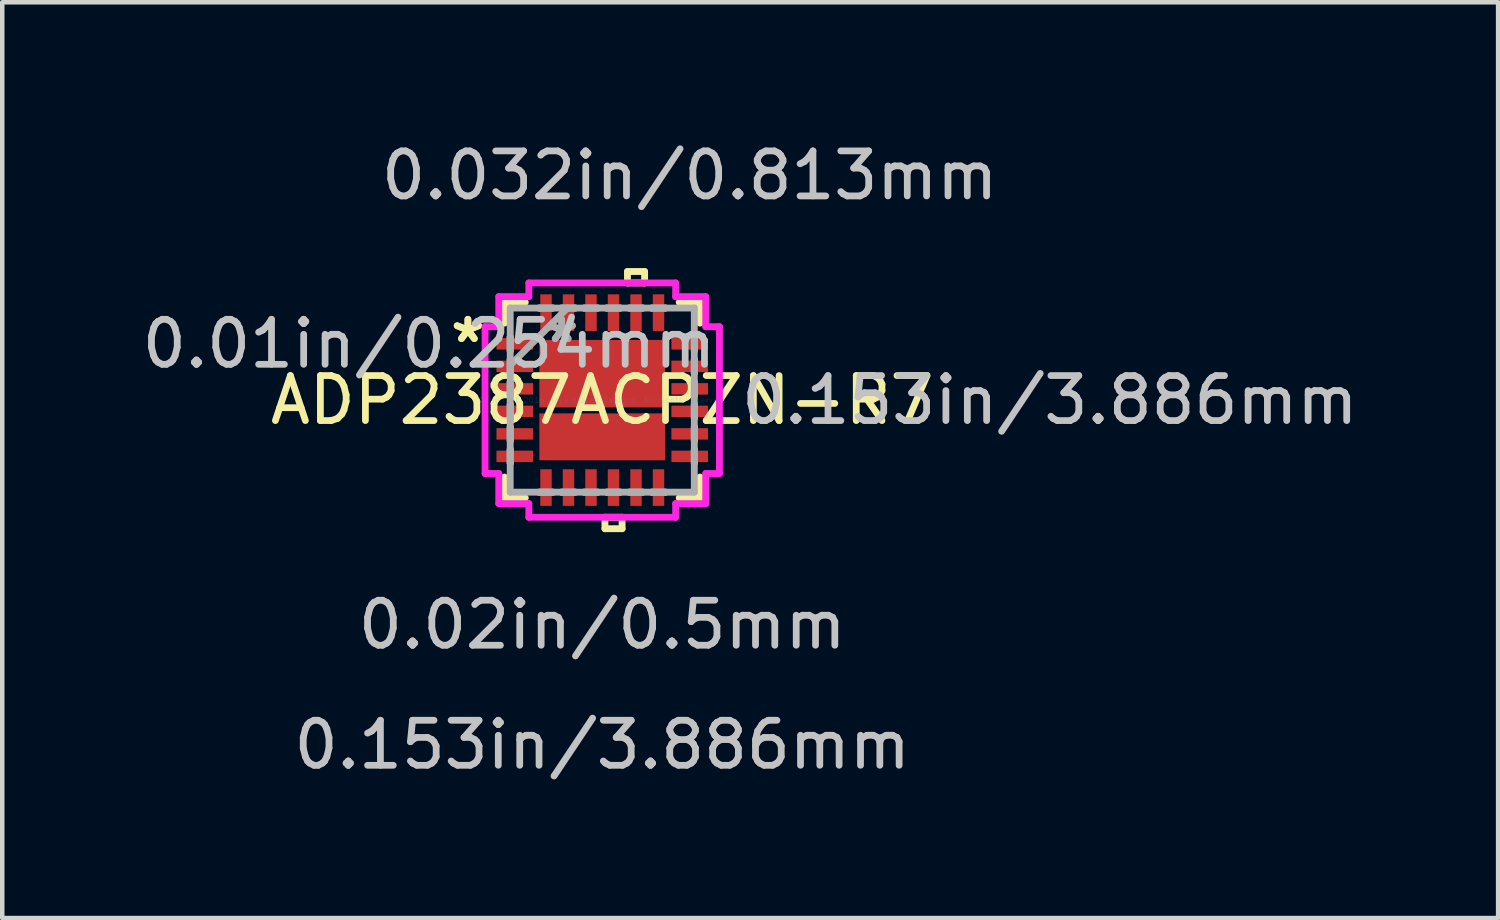
<source format=kicad_pcb>
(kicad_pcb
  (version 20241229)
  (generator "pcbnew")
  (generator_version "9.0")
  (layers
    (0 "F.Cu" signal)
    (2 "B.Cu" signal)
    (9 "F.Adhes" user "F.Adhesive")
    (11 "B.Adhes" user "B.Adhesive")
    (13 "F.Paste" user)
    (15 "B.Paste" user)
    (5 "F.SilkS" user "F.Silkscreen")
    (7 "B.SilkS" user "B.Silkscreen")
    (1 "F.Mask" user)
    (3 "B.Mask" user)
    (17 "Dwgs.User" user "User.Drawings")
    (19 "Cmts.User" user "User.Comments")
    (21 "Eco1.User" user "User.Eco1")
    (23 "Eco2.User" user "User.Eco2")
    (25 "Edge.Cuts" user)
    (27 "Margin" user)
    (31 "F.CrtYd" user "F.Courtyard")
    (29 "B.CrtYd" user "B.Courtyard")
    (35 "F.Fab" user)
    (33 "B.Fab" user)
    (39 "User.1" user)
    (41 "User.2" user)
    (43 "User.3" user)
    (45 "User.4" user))
  (footprint "ADP2387ACPZN-R7"
    (layer "F.Cu")
    (at 10.33 5.839)
    (property "Reference" "ADP2387ACPZN-R7" (at 0 0 0) (layer "F.SilkS") (effects (font (size 1 1) (thickness 0.15))))
    (attr through_hole)
    (fp_line (start -2.172 -2.172) (end -2.172 -1.71) (stroke (width 0.152) (type solid)) (layer "F.SilkS"))
    (fp_line (start -2.172 1.71) (end -2.172 2.172) (stroke (width 0.152) (type solid)) (layer "F.SilkS"))
    (fp_line (start -2.172 2.172) (end -1.71 2.172) (stroke (width 0.152) (type solid)) (layer "F.SilkS"))
    (fp_line (start -1.71 -2.172) (end -2.172 -2.172) (stroke (width 0.152) (type solid)) (layer "F.SilkS"))
    (fp_line (start 0.06 2.603) (end 0.06 2.857) (stroke (width 0.152) (type solid)) (layer "F.SilkS"))
    (fp_line (start 0.06 2.857) (end 0.441 2.857) (stroke (width 0.152) (type solid)) (layer "F.SilkS"))
    (fp_line (start 0.441 2.603) (end 0.06 2.603) (stroke (width 0.152) (type solid)) (layer "F.SilkS"))
    (fp_line (start 0.441 2.857) (end 0.441 2.603) (stroke (width 0.152) (type solid)) (layer "F.SilkS"))
    (fp_line (start 0.56 -2.857) (end 0.941 -2.857) (stroke (width 0.152) (type solid)) (layer "F.SilkS"))
    (fp_line (start 0.56 -2.603) (end 0.56 -2.857) (stroke (width 0.152) (type solid)) (layer "F.SilkS"))
    (fp_line (start 0.941 -2.857) (end 0.941 -2.603) (stroke (width 0.152) (type solid)) (layer "F.SilkS"))
    (fp_line (start 0.941 -2.603) (end 0.56 -2.603) (stroke (width 0.152) (type solid)) (layer "F.SilkS"))
    (fp_line (start 1.71 2.172) (end 2.172 2.172) (stroke (width 0.152) (type solid)) (layer "F.SilkS"))
    (fp_line (start 2.172 -2.172) (end 1.71 -2.172) (stroke (width 0.152) (type solid)) (layer "F.SilkS"))
    (fp_line (start 2.172 -1.71) (end 2.172 -2.172) (stroke (width 0.152) (type solid)) (layer "F.SilkS"))
    (fp_line (start 2.172 2.172) (end 2.172 1.71) (stroke (width 0.152) (type solid)) (layer "F.SilkS"))
    (fp_line (start -2.603 -1.631) (end -2.299 -1.631) (stroke (width 0.152) (type solid)) (layer "F.CrtYd"))
    (fp_line (start -2.603 1.631) (end -2.603 -1.631) (stroke (width 0.152) (type solid)) (layer "F.CrtYd"))
    (fp_line (start -2.299 -2.299) (end -1.631 -2.299) (stroke (width 0.152) (type solid)) (layer "F.CrtYd"))
    (fp_line (start -2.299 -1.631) (end -2.299 -2.299) (stroke (width 0.152) (type solid)) (layer "F.CrtYd"))
    (fp_line (start -2.299 1.631) (end -2.603 1.631) (stroke (width 0.152) (type solid)) (layer "F.CrtYd"))
    (fp_line (start -2.299 2.299) (end -2.299 1.631) (stroke (width 0.152) (type solid)) (layer "F.CrtYd"))
    (fp_line (start -1.631 -2.603) (end 1.631 -2.603) (stroke (width 0.152) (type solid)) (layer "F.CrtYd"))
    (fp_line (start -1.631 -2.299) (end -1.631 -2.603) (stroke (width 0.152) (type solid)) (layer "F.CrtYd"))
    (fp_line (start -1.631 2.299) (end -2.299 2.299) (stroke (width 0.152) (type solid)) (layer "F.CrtYd"))
    (fp_line (start -1.631 2.603) (end -1.631 2.299) (stroke (width 0.152) (type solid)) (layer "F.CrtYd"))
    (fp_line (start 1.631 -2.603) (end 1.631 -2.299) (stroke (width 0.152) (type solid)) (layer "F.CrtYd"))
    (fp_line (start 1.631 -2.299) (end 2.299 -2.299) (stroke (width 0.152) (type solid)) (layer "F.CrtYd"))
    (fp_line (start 1.631 2.299) (end 1.631 2.603) (stroke (width 0.152) (type solid)) (layer "F.CrtYd"))
    (fp_line (start 1.631 2.603) (end -1.631 2.603) (stroke (width 0.152) (type solid)) (layer "F.CrtYd"))
    (fp_line (start 2.299 -2.299) (end 2.299 -1.631) (stroke (width 0.152) (type solid)) (layer "F.CrtYd"))
    (fp_line (start 2.299 -1.631) (end 2.603 -1.631) (stroke (width 0.152) (type solid)) (layer "F.CrtYd"))
    (fp_line (start 2.299 1.631) (end 2.299 2.299) (stroke (width 0.152) (type solid)) (layer "F.CrtYd"))
    (fp_line (start 2.299 2.299) (end 1.631 2.299) (stroke (width 0.152) (type solid)) (layer "F.CrtYd"))
    (fp_line (start 2.603 -1.631) (end 2.603 1.631) (stroke (width 0.152) (type solid)) (layer "F.CrtYd"))
    (fp_line (start 2.603 1.631) (end 2.299 1.631) (stroke (width 0.152) (type solid)) (layer "F.CrtYd"))
    (fp_line (start -2.045 -2.045) (end -2.045 2.045) (stroke (width 0.152) (type solid)) (layer "F.Fab"))
    (fp_line (start -2.045 -1.403) (end -2.045 -1.403) (stroke (width 0.152) (type solid)) (layer "F.Fab"))
    (fp_line (start -2.045 -1.403) (end -2.045 -1.098) (stroke (width 0.152) (type solid)) (layer "F.Fab"))
    (fp_line (start -2.045 -1.098) (end -2.045 -1.403) (stroke (width 0.152) (type solid)) (layer "F.Fab"))
    (fp_line (start -2.045 -1.098) (end -2.045 -1.098) (stroke (width 0.152) (type solid)) (layer "F.Fab"))
    (fp_line (start -2.045 -0.903) (end -2.045 -0.903) (stroke (width 0.152) (type solid)) (layer "F.Fab"))
    (fp_line (start -2.045 -0.903) (end -2.045 -0.598) (stroke (width 0.152) (type solid)) (layer "F.Fab"))
    (fp_line (start -2.045 -0.775) (end -0.775 -2.045) (stroke (width 0.152) (type solid)) (layer "F.Fab"))
    (fp_line (start -2.045 -0.598) (end -2.045 -0.903) (stroke (width 0.152) (type solid)) (layer "F.Fab"))
    (fp_line (start -2.045 -0.598) (end -2.045 -0.598) (stroke (width 0.152) (type solid)) (layer "F.Fab"))
    (fp_line (start -2.045 -0.402) (end -2.045 -0.402) (stroke (width 0.152) (type solid)) (layer "F.Fab"))
    (fp_line (start -2.045 -0.402) (end -2.045 -0.098) (stroke (width 0.152) (type solid)) (layer "F.Fab"))
    (fp_line (start -2.045 -0.098) (end -2.045 -0.402) (stroke (width 0.152) (type solid)) (layer "F.Fab"))
    (fp_line (start -2.045 -0.098) (end -2.045 -0.098) (stroke (width 0.152) (type solid)) (layer "F.Fab"))
    (fp_line (start -2.045 0.098) (end -2.045 0.098) (stroke (width 0.152) (type solid)) (layer "F.Fab"))
    (fp_line (start -2.045 0.098) (end -2.045 0.402) (stroke (width 0.152) (type solid)) (layer "F.Fab"))
    (fp_line (start -2.045 0.402) (end -2.045 0.098) (stroke (width 0.152) (type solid)) (layer "F.Fab"))
    (fp_line (start -2.045 0.402) (end -2.045 0.402) (stroke (width 0.152) (type solid)) (layer "F.Fab"))
    (fp_line (start -2.045 0.598) (end -2.045 0.598) (stroke (width 0.152) (type solid)) (layer "F.Fab"))
    (fp_line (start -2.045 0.598) (end -2.045 0.903) (stroke (width 0.152) (type solid)) (layer "F.Fab"))
    (fp_line (start -2.045 0.903) (end -2.045 0.598) (stroke (width 0.152) (type solid)) (layer "F.Fab"))
    (fp_line (start -2.045 0.903) (end -2.045 0.903) (stroke (width 0.152) (type solid)) (layer "F.Fab"))
    (fp_line (start -2.045 1.098) (end -2.045 1.098) (stroke (width 0.152) (type solid)) (layer "F.Fab"))
    (fp_line (start -2.045 1.098) (end -2.045 1.403) (stroke (width 0.152) (type solid)) (layer "F.Fab"))
    (fp_line (start -2.045 1.403) (end -2.045 1.098) (stroke (width 0.152) (type solid)) (layer "F.Fab"))
    (fp_line (start -2.045 1.403) (end -2.045 1.403) (stroke (width 0.152) (type solid)) (layer "F.Fab"))
    (fp_line (start -2.045 2.045) (end 2.045 2.045) (stroke (width 0.152) (type solid)) (layer "F.Fab"))
    (fp_line (start -1.403 -2.045) (end -1.403 -2.045) (stroke (width 0.152) (type solid)) (layer "F.Fab"))
    (fp_line (start -1.403 -2.045) (end -1.098 -2.045) (stroke (width 0.152) (type solid)) (layer "F.Fab"))
    (fp_line (start -1.403 2.045) (end -1.403 2.045) (stroke (width 0.152) (type solid)) (layer "F.Fab"))
    (fp_line (start -1.403 2.045) (end -1.098 2.045) (stroke (width 0.152) (type solid)) (layer "F.Fab"))
    (fp_line (start -1.098 -2.045) (end -1.403 -2.045) (stroke (width 0.152) (type solid)) (layer "F.Fab"))
    (fp_line (start -1.098 -2.045) (end -1.098 -2.045) (stroke (width 0.152) (type solid)) (layer "F.Fab"))
    (fp_line (start -1.098 2.045) (end -1.403 2.045) (stroke (width 0.152) (type solid)) (layer "F.Fab"))
    (fp_line (start -1.098 2.045) (end -1.098 2.045) (stroke (width 0.152) (type solid)) (layer "F.Fab"))
    (fp_line (start -0.903 -2.045) (end -0.903 -2.045) (stroke (width 0.152) (type solid)) (layer "F.Fab"))
    (fp_line (start -0.903 -2.045) (end -0.598 -2.045) (stroke (width 0.152) (type solid)) (layer "F.Fab"))
    (fp_line (start -0.903 2.045) (end -0.903 2.045) (stroke (width 0.152) (type solid)) (layer "F.Fab"))
    (fp_line (start -0.903 2.045) (end -0.598 2.045) (stroke (width 0.152) (type solid)) (layer "F.Fab"))
    (fp_line (start -0.598 -2.045) (end -0.903 -2.045) (stroke (width 0.152) (type solid)) (layer "F.Fab"))
    (fp_line (start -0.598 -2.045) (end -0.598 -2.045) (stroke (width 0.152) (type solid)) (layer "F.Fab"))
    (fp_line (start -0.598 2.045) (end -0.903 2.045) (stroke (width 0.152) (type solid)) (layer "F.Fab"))
    (fp_line (start -0.598 2.045) (end -0.598 2.045) (stroke (width 0.152) (type solid)) (layer "F.Fab"))
    (fp_line (start -0.402 -2.045) (end -0.402 -2.045) (stroke (width 0.152) (type solid)) (layer "F.Fab"))
    (fp_line (start -0.402 -2.045) (end -0.098 -2.045) (stroke (width 0.152) (type solid)) (layer "F.Fab"))
    (fp_line (start -0.402 2.045) (end -0.402 2.045) (stroke (width 0.152) (type solid)) (layer "F.Fab"))
    (fp_line (start -0.402 2.045) (end -0.098 2.045) (stroke (width 0.152) (type solid)) (layer "F.Fab"))
    (fp_line (start -0.098 -2.045) (end -0.402 -2.045) (stroke (width 0.152) (type solid)) (layer "F.Fab"))
    (fp_line (start -0.098 -2.045) (end -0.098 -2.045) (stroke (width 0.152) (type solid)) (layer "F.Fab"))
    (fp_line (start -0.098 2.045) (end -0.402 2.045) (stroke (width 0.152) (type solid)) (layer "F.Fab"))
    (fp_line (start -0.098 2.045) (end -0.098 2.045) (stroke (width 0.152) (type solid)) (layer "F.Fab"))
    (fp_line (start 0.098 -2.045) (end 0.098 -2.045) (stroke (width 0.152) (type solid)) (layer "F.Fab"))
    (fp_line (start 0.098 -2.045) (end 0.402 -2.045) (stroke (width 0.152) (type solid)) (layer "F.Fab"))
    (fp_line (start 0.098 2.045) (end 0.098 2.045) (stroke (width 0.152) (type solid)) (layer "F.Fab"))
    (fp_line (start 0.098 2.045) (end 0.402 2.045) (stroke (width 0.152) (type solid)) (layer "F.Fab"))
    (fp_line (start 0.402 -2.045) (end 0.098 -2.045) (stroke (width 0.152) (type solid)) (layer "F.Fab"))
    (fp_line (start 0.402 -2.045) (end 0.402 -2.045) (stroke (width 0.152) (type solid)) (layer "F.Fab"))
    (fp_line (start 0.402 2.045) (end 0.098 2.045) (stroke (width 0.152) (type solid)) (layer "F.Fab"))
    (fp_line (start 0.402 2.045) (end 0.402 2.045) (stroke (width 0.152) (type solid)) (layer "F.Fab"))
    (fp_line (start 0.598 -2.045) (end 0.598 -2.045) (stroke (width 0.152) (type solid)) (layer "F.Fab"))
    (fp_line (start 0.598 -2.045) (end 0.903 -2.045) (stroke (width 0.152) (type solid)) (layer "F.Fab"))
    (fp_line (start 0.598 2.045) (end 0.598 2.045) (stroke (width 0.152) (type solid)) (layer "F.Fab"))
    (fp_line (start 0.598 2.045) (end 0.903 2.045) (stroke (width 0.152) (type solid)) (layer "F.Fab"))
    (fp_line (start 0.903 -2.045) (end 0.598 -2.045) (stroke (width 0.152) (type solid)) (layer "F.Fab"))
    (fp_line (start 0.903 -2.045) (end 0.903 -2.045) (stroke (width 0.152) (type solid)) (layer "F.Fab"))
    (fp_line (start 0.903 2.045) (end 0.598 2.045) (stroke (width 0.152) (type solid)) (layer "F.Fab"))
    (fp_line (start 0.903 2.045) (end 0.903 2.045) (stroke (width 0.152) (type solid)) (layer "F.Fab"))
    (fp_line (start 1.098 -2.045) (end 1.098 -2.045) (stroke (width 0.152) (type solid)) (layer "F.Fab"))
    (fp_line (start 1.098 -2.045) (end 1.403 -2.045) (stroke (width 0.152) (type solid)) (layer "F.Fab"))
    (fp_line (start 1.098 2.045) (end 1.098 2.045) (stroke (width 0.152) (type solid)) (layer "F.Fab"))
    (fp_line (start 1.098 2.045) (end 1.403 2.045) (stroke (width 0.152) (type solid)) (layer "F.Fab"))
    (fp_line (start 1.403 -2.045) (end 1.098 -2.045) (stroke (width 0.152) (type solid)) (layer "F.Fab"))
    (fp_line (start 1.403 -2.045) (end 1.403 -2.045) (stroke (width 0.152) (type solid)) (layer "F.Fab"))
    (fp_line (start 1.403 2.045) (end 1.098 2.045) (stroke (width 0.152) (type solid)) (layer "F.Fab"))
    (fp_line (start 1.403 2.045) (end 1.403 2.045) (stroke (width 0.152) (type solid)) (layer "F.Fab"))
    (fp_line (start 2.045 -2.045) (end -2.045 -2.045) (stroke (width 0.152) (type solid)) (layer "F.Fab"))
    (fp_line (start 2.045 -1.403) (end 2.045 -1.403) (stroke (width 0.152) (type solid)) (layer "F.Fab"))
    (fp_line (start 2.045 -1.403) (end 2.045 -1.098) (stroke (width 0.152) (type solid)) (layer "F.Fab"))
    (fp_line (start 2.045 -1.098) (end 2.045 -1.403) (stroke (width 0.152) (type solid)) (layer "F.Fab"))
    (fp_line (start 2.045 -1.098) (end 2.045 -1.098) (stroke (width 0.152) (type solid)) (layer "F.Fab"))
    (fp_line (start 2.045 -0.903) (end 2.045 -0.903) (stroke (width 0.152) (type solid)) (layer "F.Fab"))
    (fp_line (start 2.045 -0.903) (end 2.045 -0.598) (stroke (width 0.152) (type solid)) (layer "F.Fab"))
    (fp_line (start 2.045 -0.598) (end 2.045 -0.903) (stroke (width 0.152) (type solid)) (layer "F.Fab"))
    (fp_line (start 2.045 -0.598) (end 2.045 -0.598) (stroke (width 0.152) (type solid)) (layer "F.Fab"))
    (fp_line (start 2.045 -0.402) (end 2.045 -0.402) (stroke (width 0.152) (type solid)) (layer "F.Fab"))
    (fp_line (start 2.045 -0.402) (end 2.045 -0.098) (stroke (width 0.152) (type solid)) (layer "F.Fab"))
    (fp_line (start 2.045 -0.098) (end 2.045 -0.402) (stroke (width 0.152) (type solid)) (layer "F.Fab"))
    (fp_line (start 2.045 -0.098) (end 2.045 -0.098) (stroke (width 0.152) (type solid)) (layer "F.Fab"))
    (fp_line (start 2.045 0.098) (end 2.045 0.098) (stroke (width 0.152) (type solid)) (layer "F.Fab"))
    (fp_line (start 2.045 0.098) (end 2.045 0.402) (stroke (width 0.152) (type solid)) (layer "F.Fab"))
    (fp_line (start 2.045 0.402) (end 2.045 0.098) (stroke (width 0.152) (type solid)) (layer "F.Fab"))
    (fp_line (start 2.045 0.402) (end 2.045 0.402) (stroke (width 0.152) (type solid)) (layer "F.Fab"))
    (fp_line (start 2.045 0.598) (end 2.045 0.598) (stroke (width 0.152) (type solid)) (layer "F.Fab"))
    (fp_line (start 2.045 0.598) (end 2.045 0.903) (stroke (width 0.152) (type solid)) (layer "F.Fab"))
    (fp_line (start 2.045 0.903) (end 2.045 0.598) (stroke (width 0.152) (type solid)) (layer "F.Fab"))
    (fp_line (start 2.045 0.903) (end 2.045 0.903) (stroke (width 0.152) (type solid)) (layer "F.Fab"))
    (fp_line (start 2.045 1.098) (end 2.045 1.098) (stroke (width 0.152) (type solid)) (layer "F.Fab"))
    (fp_line (start 2.045 1.098) (end 2.045 1.403) (stroke (width 0.152) (type solid)) (layer "F.Fab"))
    (fp_line (start 2.045 1.403) (end 2.045 1.098) (stroke (width 0.152) (type solid)) (layer "F.Fab"))
    (fp_line (start 2.045 1.403) (end 2.045 1.403) (stroke (width 0.152) (type solid)) (layer "F.Fab"))
    (fp_line (start 2.045 2.045) (end 2.045 -2.045) (stroke (width 0.152) (type solid)) (layer "F.Fab"))
    (fp_text user "*" (at -2.985 -1.25 0) (layer "F.SilkS") (effects (font (size 1 1) (thickness 0.15))))
    (fp_text user "*" (at -2.985 -1.25 0) (layer "F.SilkS") (effects (font (size 1 1) (thickness 0.15))))
    (fp_text user "0.02in/0.5mm" (at 0 4.991 0) (layer "Dwgs.User") (effects (font (size 1 1) (thickness 0.15))))
    (fp_text user "0.153in/3.886mm" (at 0 7.658 0) (layer "Dwgs.User") (effects (font (size 1 1) (thickness 0.15))))
    (fp_text user "0.01in/0.254mm" (at -3.848 -1.25 0) (layer "Dwgs.User") (effects (font (size 1 1) (thickness 0.15))))
    (fp_text user "0.153in/3.886mm" (at 9.944 0 0) (layer "Dwgs.User") (effects (font (size 1 1) (thickness 0.15))))
    (fp_text user "0.032in/0.813mm" (at 1.943 -4.991 0) (layer "Dwgs.User") (effects (font (size 1 1) (thickness 0.15))))
    (fp_text user "Copyright 2016 Accelerated Designs. All rights reserved." (at 0 0 0) (layer "Cmts.User") (effects (font (size 0.127 0.127) (thickness 0.002))))
    (fp_text user "*" (at -0.902 -1.25 0) (layer "F.Fab") (effects (font (size 1 1) (thickness 0.15))))
    (fp_text user "*" (at -0.902 -1.25 0) (layer "F.Fab") (effects (font (size 1 1) (thickness 0.15))))
    (pad "1" smd rect (at -1.943 -1.25 90) (size 0.254 0.813) (layers "F.Cu" "F.Mask" "F.Paste"))
    (pad "2" smd rect (at -1.943 -0.75 90) (size 0.254 0.813) (layers "F.Cu" "F.Mask" "F.Paste"))
    (pad "3" smd rect (at -1.943 -0.25 90) (size 0.254 0.813) (layers "F.Cu" "F.Mask" "F.Paste"))
    (pad "4" smd rect (at -1.943 0.25 90) (size 0.254 0.813) (layers "F.Cu" "F.Mask" "F.Paste"))
    (pad "5" smd rect (at -1.943 0.75 90) (size 0.254 0.813) (layers "F.Cu" "F.Mask" "F.Paste"))
    (pad "6" smd rect (at -1.943 1.25 90) (size 0.254 0.813) (layers "F.Cu" "F.Mask" "F.Paste"))
    (pad "7" smd rect (at -1.25 1.943) (size 0.254 0.813) (layers "F.Cu" "F.Mask" "F.Paste"))
    (pad "8" smd rect (at -0.75 1.943) (size 0.254 0.813) (layers "F.Cu" "F.Mask" "F.Paste"))
    (pad "9" smd rect (at -0.25 1.943) (size 0.254 0.813) (layers "F.Cu" "F.Mask" "F.Paste"))
    (pad "10" smd rect (at 0.25 1.943) (size 0.254 0.813) (layers "F.Cu" "F.Mask" "F.Paste"))
    (pad "11" smd rect (at 0.75 1.943) (size 0.254 0.813) (layers "F.Cu" "F.Mask" "F.Paste"))
    (pad "12" smd rect (at 1.25 1.943) (size 0.254 0.813) (layers "F.Cu" "F.Mask" "F.Paste"))
    (pad "13" smd rect (at 1.943 1.25 90) (size 0.254 0.813) (layers "F.Cu" "F.Mask" "F.Paste"))
    (pad "14" smd rect (at 1.943 0.75 90) (size 0.254 0.813) (layers "F.Cu" "F.Mask" "F.Paste"))
    (pad "15" smd rect (at 1.943 0.25 90) (size 0.254 0.813) (layers "F.Cu" "F.Mask" "F.Paste"))
    (pad "16" smd rect (at 1.943 -0.25 90) (size 0.254 0.813) (layers "F.Cu" "F.Mask" "F.Paste"))
    (pad "17" smd rect (at 1.943 -0.75 90) (size 0.254 0.813) (layers "F.Cu" "F.Mask" "F.Paste"))
    (pad "18" smd rect (at 1.943 -1.25 90) (size 0.254 0.813) (layers "F.Cu" "F.Mask" "F.Paste"))
    (pad "19" smd rect (at 1.25 -1.943) (size 0.254 0.813) (layers "F.Cu" "F.Mask" "F.Paste"))
    (pad "20" smd rect (at 0.75 -1.943) (size 0.254 0.813) (layers "F.Cu" "F.Mask" "F.Paste"))
    (pad "21" smd rect (at 0.25 -1.943) (size 0.254 0.813) (layers "F.Cu" "F.Mask" "F.Paste"))
    (pad "22" smd rect (at -0.25 -1.943) (size 0.254 0.813) (layers "F.Cu" "F.Mask" "F.Paste"))
    (pad "23" smd rect (at -0.75 -1.943) (size 0.254 0.813) (layers "F.Cu" "F.Mask" "F.Paste"))
    (pad "24" smd rect (at -1.25 -1.943) (size 0.254 0.813) (layers "F.Cu" "F.Mask" "F.Paste"))
    (pad "25" smd rect (at 0 -0.587) (size 2.794 1.499) (layers "F.Cu" "F.Mask" "F.Paste"))
    (pad "26" smd rect (at 0 0.816) (size 2.794 1.041) (layers "F.Cu" "F.Mask" "F.Paste")))
  (gr_rect
    (start -3 -3)
    (end 30.233 17.346)
    (stroke (width 0.1) (type default))
    (fill no)
    (layer "Edge.Cuts")))
</source>
